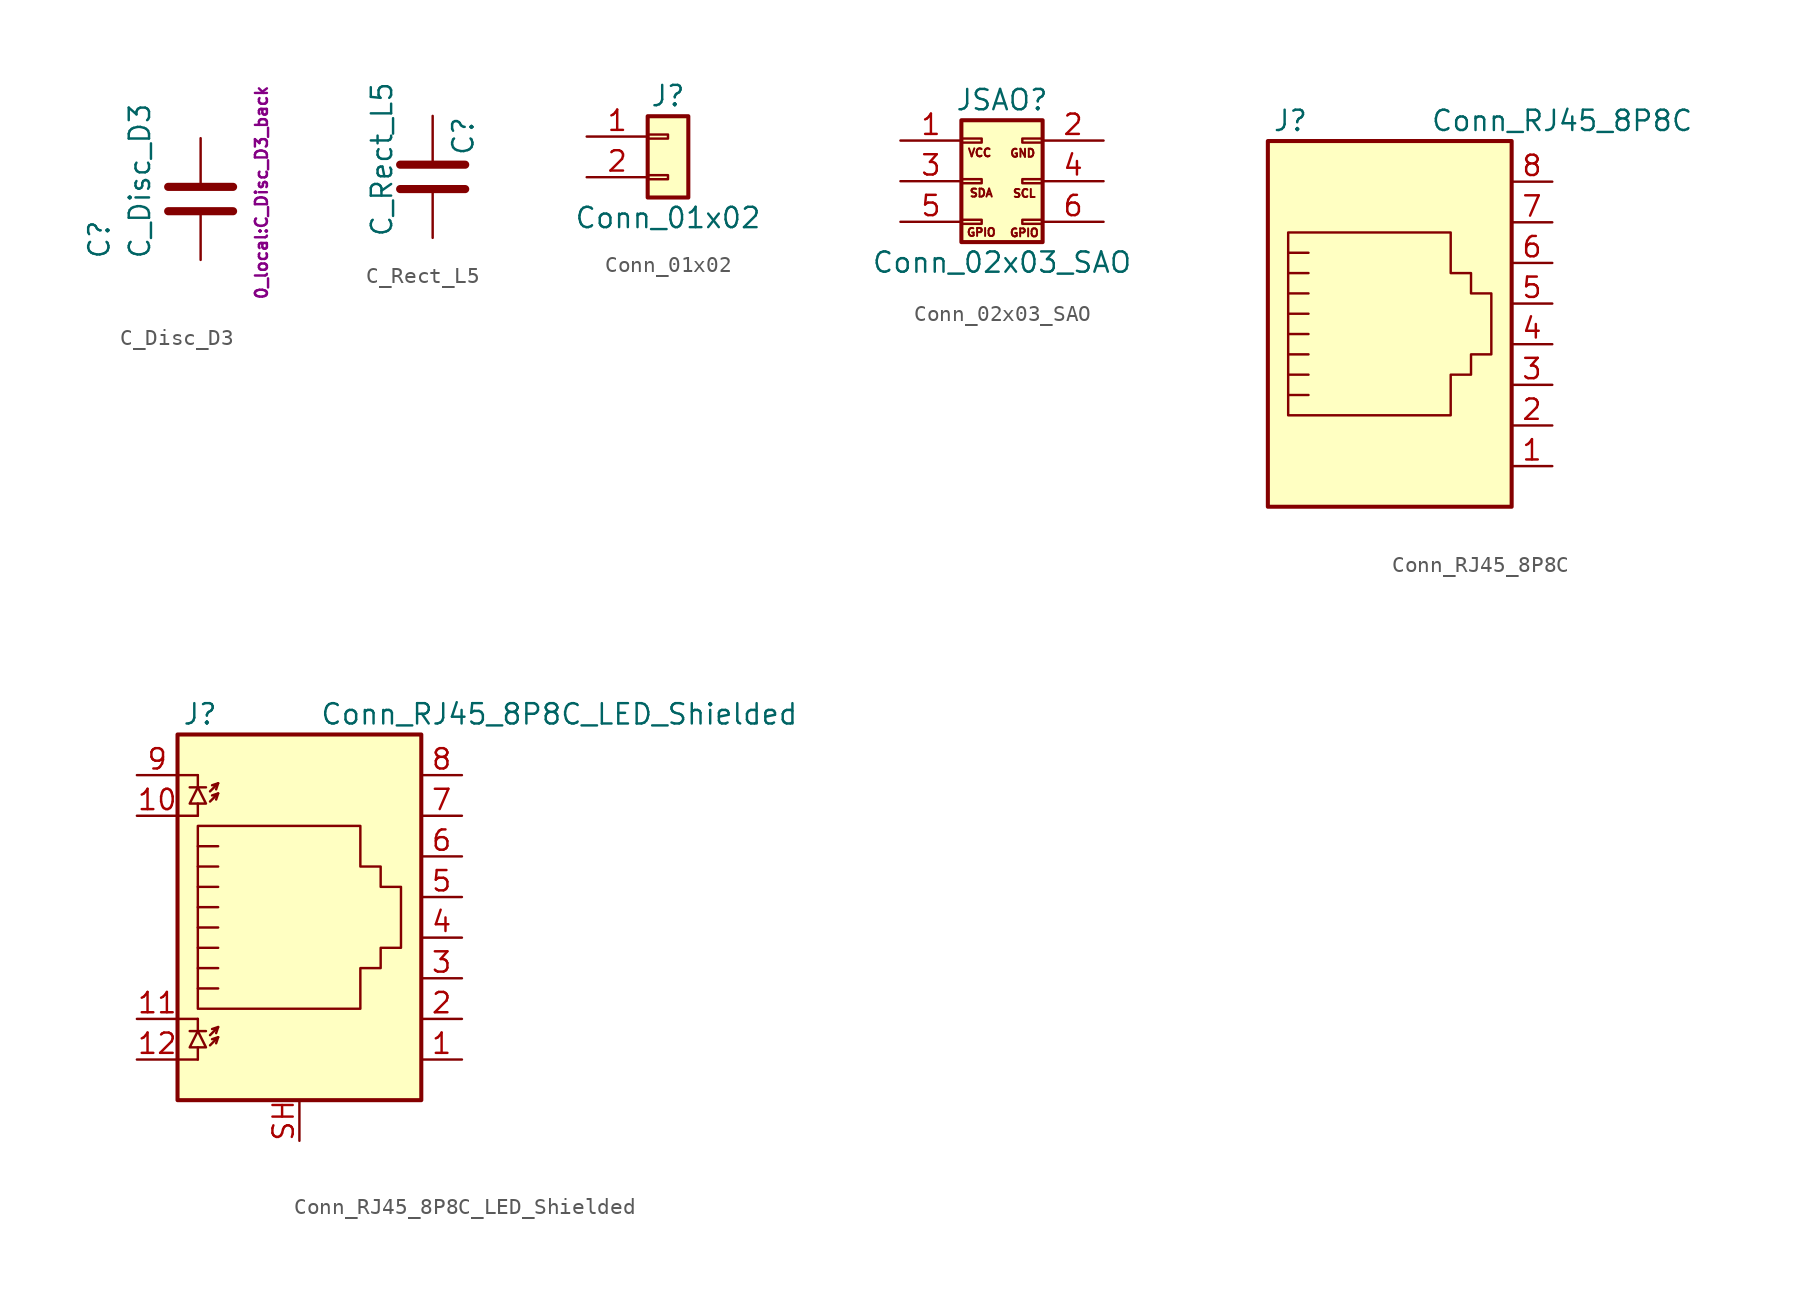
<source format=kicad_sym>
(kicad_symbol_lib
  (version 20220914)
  (generator kicad_symbol_editor)
  (symbol "C_Disc_D3"
    (pin_numbers hide)
    (pin_names
      (offset 0.254))
    (property "Reference" "C"
      (at -6.35 -3.81 90)
      (effects (font (size 1.27 1.27)) (justify left)))
    (property "Value" "C_Disc_D3"
      (at -3.81 -3.81 90)
      (effects (font (size 1.27 1.27)) (justify left)))
    (property "Footprint" "0_local:C_Disc_D3_back"
      (at 3.81 -6.35 90)
      (effects (font (size 0.75 0.75)) (justify left)))
    (symbol "C_Disc_D3_0_1"
      (polyline (pts (xy -2.032 -0.762) (xy 2.032 -0.762)) (stroke (width 0.508) (type default)) (fill (type none)))
      (polyline (pts (xy -2.032 0.762) (xy 2.032 0.762)) (stroke (width 0.508) (type default)) (fill (type none))))
    (symbol "C_Disc_D3_1_1"
      (pin passive line (at 0 3.81 270) (length 2.794) (name "~" (effects (font (size 1.27 1.27)))) (number "1" (effects (font (size 1.27 1.27)))))
      (pin passive line (at 0 -3.81 90) (length 2.794) (name "~" (effects (font (size 1.27 1.27)))) (number "2" (effects (font (size 1.27 1.27)))))))
  (symbol "C_Rect_L5"
    (pin_numbers hide)
    (pin_names
      (offset 0.254))
    (property "Reference" "C"
      (at 1.905 1.27 90)
      (effects (font (size 1.27 1.27)) (justify left)))
    (property "Value" "C_Rect_L5"
      (at -3.175 -3.81 90)
      (effects (font (size 1.27 1.27)) (justify left)))
    (symbol "C_Rect_L5_0_1"
      (polyline (pts (xy -2.032 -0.762) (xy 2.032 -0.762)) (stroke (width 0.508) (type default)) (fill (type none)))
      (polyline (pts (xy -2.032 0.762) (xy 2.032 0.762)) (stroke (width 0.508) (type default)) (fill (type none))))
    (symbol "C_Rect_L5_1_1"
      (pin passive line (at 0 3.81 270) (length 2.794) (name "~" (effects (font (size 1.27 1.27)))) (number "1" (effects (font (size 1.27 1.27)))))
      (pin passive line (at 0 -3.81 90) (length 2.794) (name "~" (effects (font (size 1.27 1.27)))) (number "2" (effects (font (size 1.27 1.27)))))))
  (symbol "Conn_01x02"
    (pin_names
      (offset 1.016) hide)
    (property "Reference" "J"
      (at 0 2.54 0)
      (effects (font (size 1.27 1.27))))
    (property "Value" "Conn_01x02"
      (at 0 -5.08 0)
      (effects (font (size 1.27 1.27))))
    (symbol "Conn_01x02_1_1"
      (rectangle (start -1.27 -2.413) (end 0 -2.667) (stroke (width 0.152) (type default)) (fill (type none)))
      (rectangle (start -1.27 0.127) (end 0 -0.127) (stroke (width 0.152) (type default)) (fill (type none)))
      (rectangle (start -1.27 1.27) (end 1.27 -3.81) (stroke (width 0.254) (type default)) (fill (type background)))
      (pin passive line (at -5.08 0 0) (length 3.81) (name "Pin_1" (effects (font (size 1.27 1.27)))) (number "1" (effects (font (size 1.27 1.27)))))
      (pin passive line (at -5.08 -2.54 0) (length 3.81) (name "Pin_2" (effects (font (size 1.27 1.27)))) (number "2" (effects (font (size 1.27 1.27)))))))
  (symbol "Conn_02x03_SAO"
    (pin_names
      (offset 1.016) hide)
    (property "Reference" "JSAO"
      (at 1.27 5.08 0)
      (effects (font (size 1.27 1.27))))
    (property "Value" "Conn_02x03_SAO"
      (at 1.27 -5.08 0)
      (effects (font (size 1.27 1.27))))
    (symbol "Conn_02x03_SAO_1_1"
      (rectangle (start -1.27 -2.413) (end 0 -2.667) (stroke (width 0.152) (type default)) (fill (type none)))
      (rectangle (start -1.27 0.127) (end 0 -0.127) (stroke (width 0.152) (type default)) (fill (type none)))
      (rectangle (start -1.27 2.667) (end 0 2.413) (stroke (width 0.152) (type default)) (fill (type none)))
      (rectangle (start -1.27 3.81) (end 3.81 -3.81) (stroke (width 0.254) (type default)) (fill (type background)))
      (rectangle (start 3.81 -2.413) (end 2.54 -2.667) (stroke (width 0.152) (type default)) (fill (type none)))
      (rectangle (start 3.81 0.127) (end 2.54 -0.127) (stroke (width 0.152) (type default)) (fill (type none)))
      (rectangle (start 3.81 2.667) (end 2.54 2.413) (stroke (width 0.152) (type default)) (fill (type none)))
      (text "GND\n" (at 2.565 1.753 0) (effects (font (size 0.5 0.5))))
      (text "GPIO" (at -0.025 -3.2 0) (effects (font (size 0.5 0.5))))
      (text "GPIO" (at 2.667 -3.226 0) (effects (font (size 0.5 0.5))))
      (text "SCL\n" (at 2.667 -0.762 0) (effects (font (size 0.5 0.5))))
      (text "SDA" (at -0.025 -0.737 0) (effects (font (size 0.5 0.5))))
      (text "VCC" (at -0.127 1.778 0) (effects (font (size 0.5 0.5))))
      (pin passive line (at -5.08 2.54 0) (length 3.81) (name "Pin_1" (effects (font (size 1.27 1.27)))) (number "1" (effects (font (size 1.27 1.27)))))
      (pin passive line (at 7.62 2.54 180) (length 3.81) (name "Pin_2" (effects (font (size 1.27 1.27)))) (number "2" (effects (font (size 1.27 1.27)))))
      (pin passive line (at -5.08 0 0) (length 3.81) (name "Pin_3" (effects (font (size 1.27 1.27)))) (number "3" (effects (font (size 1.27 1.27)))))
      (pin passive line (at 7.62 0 180) (length 3.81) (name "Pin_4" (effects (font (size 1.27 1.27)))) (number "4" (effects (font (size 1.27 1.27)))))
      (pin passive line (at -5.08 -2.54 0) (length 3.81) (name "Pin_5" (effects (font (size 1.27 1.27)))) (number "5" (effects (font (size 1.27 1.27)))))
      (pin passive line (at 7.62 -2.54 180) (length 3.81) (name "Pin_6" (effects (font (size 1.27 1.27)))) (number "6" (effects (font (size 1.27 1.27)))))))
  (symbol "Conn_RJ45_8P8C"
    (pin_names
      (offset 1.016))
    (property "Reference" "J"
      (at -5.08 13.97 0)
      (effects (font (size 1.27 1.27)) (justify right)))
    (property "Value" "Conn_RJ45_8P8C"
      (at 2.54 13.97 0)
      (effects (font (size 1.27 1.27)) (justify left)))
    (symbol "Conn_RJ45_8P8C_0_1"
      (polyline (pts (xy -5.08 4.445) (xy -6.35 4.445)) (stroke (width 0) (type default)) (fill (type none)))
      (polyline (pts (xy -5.08 5.715) (xy -6.35 5.715)) (stroke (width 0) (type default)) (fill (type none)))
      (polyline (pts (xy -6.35 -3.175) (xy -5.08 -3.175) (xy -5.08 -3.175)) (stroke (width 0) (type default)) (fill (type none)))
      (polyline (pts (xy -6.35 -1.905) (xy -5.08 -1.905) (xy -5.08 -1.905)) (stroke (width 0) (type default)) (fill (type none)))
      (polyline (pts (xy -6.35 -0.635) (xy -5.08 -0.635) (xy -5.08 -0.635)) (stroke (width 0) (type default)) (fill (type none)))
      (polyline (pts (xy -6.35 0.635) (xy -5.08 0.635) (xy -5.08 0.635)) (stroke (width 0) (type default)) (fill (type none)))
      (polyline (pts (xy -6.35 1.905) (xy -5.08 1.905) (xy -5.08 1.905)) (stroke (width 0) (type default)) (fill (type none)))
      (polyline (pts (xy -5.08 3.175) (xy -6.35 3.175) (xy -6.35 3.175)) (stroke (width 0) (type default)) (fill (type none)))
      (polyline (pts (xy -6.35 -4.445) (xy -6.35 6.985) (xy 3.81 6.985) (xy 3.81 4.445) (xy 5.08 4.445) (xy 5.08 3.175) (xy 6.35 3.175) (xy 6.35 -0.635) (xy 5.08 -0.635) (xy 5.08 -1.905) (xy 3.81 -1.905) (xy 3.81 -4.445) (xy -6.35 -4.445) (xy -6.35 -4.445)) (stroke (width 0) (type default)) (fill (type none)))
      (rectangle (start 7.62 12.7) (end -7.62 -10.16) (stroke (width 0.254) (type default)) (fill (type background))))
    (symbol "Conn_RJ45_8P8C_1_1"
      (pin passive line (at 10.16 -7.62 180) (length 2.54) (name "~" (effects (font (size 1.27 1.27)))) (number "1" (effects (font (size 1.27 1.27)))))
      (pin passive line (at 10.16 -5.08 180) (length 2.54) (name "~" (effects (font (size 1.27 1.27)))) (number "2" (effects (font (size 1.27 1.27)))))
      (pin passive line (at 10.16 -2.54 180) (length 2.54) (name "~" (effects (font (size 1.27 1.27)))) (number "3" (effects (font (size 1.27 1.27)))))
      (pin passive line (at 10.16 0 180) (length 2.54) (name "~" (effects (font (size 1.27 1.27)))) (number "4" (effects (font (size 1.27 1.27)))))
      (pin passive line (at 10.16 2.54 180) (length 2.54) (name "~" (effects (font (size 1.27 1.27)))) (number "5" (effects (font (size 1.27 1.27)))))
      (pin passive line (at 10.16 5.08 180) (length 2.54) (name "~" (effects (font (size 1.27 1.27)))) (number "6" (effects (font (size 1.27 1.27)))))
      (pin passive line (at 10.16 7.62 180) (length 2.54) (name "~" (effects (font (size 1.27 1.27)))) (number "7" (effects (font (size 1.27 1.27)))))
      (pin passive line (at 10.16 10.16 180) (length 2.54) (name "~" (effects (font (size 1.27 1.27)))) (number "8" (effects (font (size 1.27 1.27)))))))
  (symbol "Conn_RJ45_8P8C_LED_Shielded"
    (pin_names
      (offset 1.016))
    (property "Reference" "J"
      (at -5.08 13.97 0)
      (effects (font (size 1.27 1.27)) (justify right)))
    (property "Value" "Conn_RJ45_8P8C_LED_Shielded"
      (at 1.27 13.97 0)
      (effects (font (size 1.27 1.27)) (justify left)))
    (symbol "Conn_RJ45_8P8C_LED_Shielded_0_1"
      (polyline (pts (xy -7.62 -7.62) (xy -6.35 -7.62)) (stroke (width 0) (type default)) (fill (type none)))
      (polyline (pts (xy -7.62 -5.08) (xy -6.35 -5.08)) (stroke (width 0) (type default)) (fill (type none)))
      (polyline (pts (xy -7.62 7.62) (xy -6.35 7.62)) (stroke (width 0) (type default)) (fill (type none)))
      (polyline (pts (xy -7.62 10.16) (xy -6.35 10.16)) (stroke (width 0) (type default)) (fill (type none)))
      (polyline (pts (xy -6.858 -5.842) (xy -5.842 -5.842)) (stroke (width 0) (type default)) (fill (type none)))
      (polyline (pts (xy -6.858 9.398) (xy -5.842 9.398)) (stroke (width 0) (type default)) (fill (type none)))
      (polyline (pts (xy -6.35 -7.62) (xy -6.35 -6.858)) (stroke (width 0) (type default)) (fill (type none)))
      (polyline (pts (xy -6.35 -5.08) (xy -6.35 -5.842)) (stroke (width 0) (type default)) (fill (type none)))
      (polyline (pts (xy -6.35 7.62) (xy -6.35 8.382)) (stroke (width 0) (type default)) (fill (type none)))
      (polyline (pts (xy -6.35 10.16) (xy -6.35 9.398)) (stroke (width 0) (type default)) (fill (type none)))
      (polyline (pts (xy -5.08 -6.223) (xy -5.207 -6.604)) (stroke (width 0) (type default)) (fill (type none)))
      (polyline (pts (xy -5.08 -5.588) (xy -5.207 -5.969)) (stroke (width 0) (type default)) (fill (type none)))
      (polyline (pts (xy -5.08 4.445) (xy -6.35 4.445)) (stroke (width 0) (type default)) (fill (type none)))
      (polyline (pts (xy -5.08 5.715) (xy -6.35 5.715)) (stroke (width 0) (type default)) (fill (type none)))
      (polyline (pts (xy -5.08 9.017) (xy -5.207 8.636)) (stroke (width 0) (type default)) (fill (type none)))
      (polyline (pts (xy -5.08 9.652) (xy -5.207 9.271)) (stroke (width 0) (type default)) (fill (type none)))
      (polyline (pts (xy -6.35 -3.175) (xy -5.08 -3.175) (xy -5.08 -3.175)) (stroke (width 0) (type default)) (fill (type none)))
      (polyline (pts (xy -6.35 -1.905) (xy -5.08 -1.905) (xy -5.08 -1.905)) (stroke (width 0) (type default)) (fill (type none)))
      (polyline (pts (xy -6.35 -0.635) (xy -5.08 -0.635) (xy -5.08 -0.635)) (stroke (width 0) (type default)) (fill (type none)))
      (polyline (pts (xy -6.35 0.635) (xy -5.08 0.635) (xy -5.08 0.635)) (stroke (width 0) (type default)) (fill (type none)))
      (polyline (pts (xy -6.35 1.905) (xy -5.08 1.905) (xy -5.08 1.905)) (stroke (width 0) (type default)) (fill (type none)))
      (polyline (pts (xy -5.588 -6.731) (xy -5.08 -6.223) (xy -5.461 -6.35)) (stroke (width 0) (type default)) (fill (type none)))
      (polyline (pts (xy -5.588 -6.096) (xy -5.08 -5.588) (xy -5.461 -5.715)) (stroke (width 0) (type default)) (fill (type none)))
      (polyline (pts (xy -5.588 8.509) (xy -5.08 9.017) (xy -5.461 8.89)) (stroke (width 0) (type default)) (fill (type none)))
      (polyline (pts (xy -5.588 9.144) (xy -5.08 9.652) (xy -5.461 9.525)) (stroke (width 0) (type default)) (fill (type none)))
      (polyline (pts (xy -5.08 3.175) (xy -6.35 3.175) (xy -6.35 3.175)) (stroke (width 0) (type default)) (fill (type none)))
      (polyline (pts (xy -6.35 -5.842) (xy -6.858 -6.858) (xy -5.842 -6.858) (xy -6.35 -5.842)) (stroke (width 0) (type default)) (fill (type none)))
      (polyline (pts (xy -6.35 9.398) (xy -6.858 8.382) (xy -5.842 8.382) (xy -6.35 9.398)) (stroke (width 0) (type default)) (fill (type none)))
      (polyline (pts (xy -6.35 -4.445) (xy -6.35 6.985) (xy 3.81 6.985) (xy 3.81 4.445) (xy 5.08 4.445) (xy 5.08 3.175) (xy 6.35 3.175) (xy 6.35 -0.635) (xy 5.08 -0.635) (xy 5.08 -1.905) (xy 3.81 -1.905) (xy 3.81 -4.445) (xy -6.35 -4.445) (xy -6.35 -4.445)) (stroke (width 0) (type default)) (fill (type none)))
      (rectangle (start 7.62 12.7) (end -7.62 -10.16) (stroke (width 0.254) (type default)) (fill (type background))))
    (symbol "Conn_RJ45_8P8C_LED_Shielded_1_1"
      (pin passive line (at 10.16 -7.62 180) (length 2.54) (name "~" (effects (font (size 1.27 1.27)))) (number "1" (effects (font (size 1.27 1.27)))))
      (pin passive line (at -10.16 7.62 0) (length 2.54) (name "~" (effects (font (size 1.27 1.27)))) (number "10" (effects (font (size 1.27 1.27)))))
      (pin passive line (at -10.16 -5.08 0) (length 2.54) (name "~" (effects (font (size 1.27 1.27)))) (number "11" (effects (font (size 1.27 1.27)))))
      (pin passive line (at -10.16 -7.62 0) (length 2.54) (name "~" (effects (font (size 1.27 1.27)))) (number "12" (effects (font (size 1.27 1.27)))))
      (pin passive line (at 10.16 -5.08 180) (length 2.54) (name "~" (effects (font (size 1.27 1.27)))) (number "2" (effects (font (size 1.27 1.27)))))
      (pin passive line (at 10.16 -2.54 180) (length 2.54) (name "~" (effects (font (size 1.27 1.27)))) (number "3" (effects (font (size 1.27 1.27)))))
      (pin passive line (at 10.16 0 180) (length 2.54) (name "~" (effects (font (size 1.27 1.27)))) (number "4" (effects (font (size 1.27 1.27)))))
      (pin passive line (at 10.16 2.54 180) (length 2.54) (name "~" (effects (font (size 1.27 1.27)))) (number "5" (effects (font (size 1.27 1.27)))))
      (pin passive line (at 10.16 5.08 180) (length 2.54) (name "~" (effects (font (size 1.27 1.27)))) (number "6" (effects (font (size 1.27 1.27)))))
      (pin passive line (at 10.16 7.62 180) (length 2.54) (name "~" (effects (font (size 1.27 1.27)))) (number "7" (effects (font (size 1.27 1.27)))))
      (pin passive line (at 10.16 10.16 180) (length 2.54) (name "~" (effects (font (size 1.27 1.27)))) (number "8" (effects (font (size 1.27 1.27)))))
      (pin passive line (at -10.16 10.16 0) (length 2.54) (name "~" (effects (font (size 1.27 1.27)))) (number "9" (effects (font (size 1.27 1.27)))))
      (pin passive line (at 0 -12.7 90) (length 2.54) (name "~" (effects (font (size 1.27 1.27)))) (number "SH" (effects (font (size 1.27 1.27))))))))
</source>
